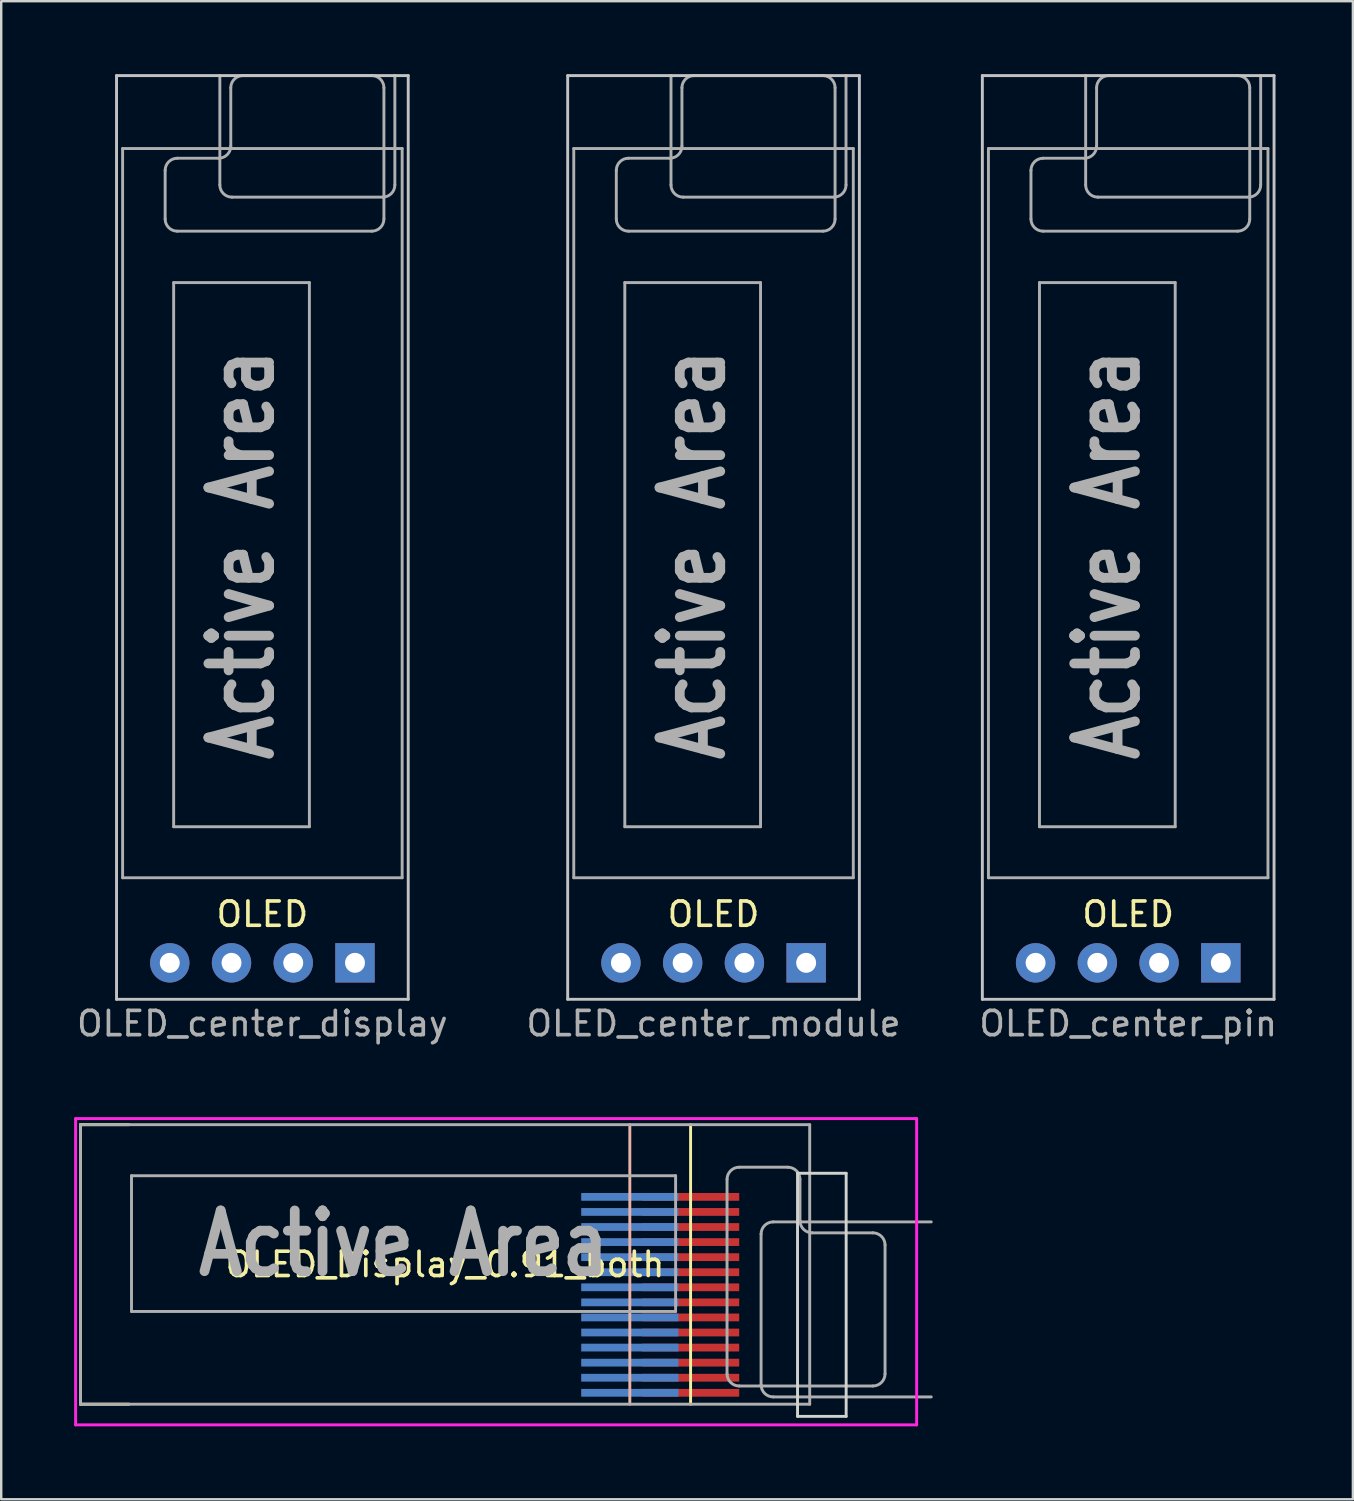
<source format=kicad_pcb>
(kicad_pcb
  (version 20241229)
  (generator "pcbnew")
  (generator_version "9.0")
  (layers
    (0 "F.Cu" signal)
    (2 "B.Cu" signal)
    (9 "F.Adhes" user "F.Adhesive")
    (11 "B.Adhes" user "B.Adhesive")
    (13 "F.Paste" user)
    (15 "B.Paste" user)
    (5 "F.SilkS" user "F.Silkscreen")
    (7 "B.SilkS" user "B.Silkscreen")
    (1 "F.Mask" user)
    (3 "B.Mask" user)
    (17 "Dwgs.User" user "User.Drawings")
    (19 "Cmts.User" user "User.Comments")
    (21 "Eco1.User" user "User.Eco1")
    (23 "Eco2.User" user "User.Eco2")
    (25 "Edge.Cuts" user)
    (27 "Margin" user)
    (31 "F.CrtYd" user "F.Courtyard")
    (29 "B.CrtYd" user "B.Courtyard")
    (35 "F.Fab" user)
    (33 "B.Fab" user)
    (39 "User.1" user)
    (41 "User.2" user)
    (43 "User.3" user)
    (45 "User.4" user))
  (footprint "OLED_center_module"
    (layer "F.Cu")
    (at 26.304 19.06)
    (property "Reference" "OLED_center_module" (at 0 20 180) (layer "F.Fab") (effects (font (size 1 1) (thickness 0.15))))
    (attr through_hole)
    (fp_line (start -6 -19) (end 6 -19) (stroke (width 0.12) (type solid)) (layer "Dwgs.User"))
    (fp_line (start -6 19) (end -6 -19) (stroke (width 0.12) (type solid)) (layer "Dwgs.User"))
    (fp_line (start -6 19) (end 6 19) (stroke (width 0.12) (type solid)) (layer "Dwgs.User"))
    (fp_line (start 6 -19) (end 6 19) (stroke (width 0.12) (type solid)) (layer "Dwgs.User"))
    (fp_line (start -5.4 -12.4) (end 4.6 -12.4) (stroke (width 0.12) (type solid)) (layer "Eco1.User"))
    (fp_line (start -5.4 13.5) (end -5.4 -12.4) (stroke (width 0.12) (type solid)) (layer "Eco1.User"))
    (fp_line (start 4.6 -12.4) (end 4.6 13.5) (stroke (width 0.12) (type solid)) (layer "Eco1.User"))
    (fp_line (start 4.6 13.5) (end -5.4 13.5) (stroke (width 0.12) (type solid)) (layer "Eco1.User"))
    (fp_line (start -5.75 -16) (end 5.75 -16) (stroke (width 0.12) (type solid)) (layer "F.Fab"))
    (fp_line (start -5.75 14) (end -5.75 -16) (stroke (width 0.12) (type solid)) (layer "F.Fab"))
    (fp_line (start -4 -13.1) (end -4 -15.1) (stroke (width 0.12) (type solid)) (layer "F.Fab"))
    (fp_line (start -3.65 -10.484) (end 1.934 -10.484) (stroke (width 0.12) (type solid)) (layer "F.Fab"))
    (fp_line (start -3.65 11.9) (end -3.65 -10.484) (stroke (width 0.12) (type solid)) (layer "F.Fab"))
    (fp_line (start -3.5 -15.6) (end -1.8 -15.6) (stroke (width 0.12) (type solid)) (layer "F.Fab"))
    (fp_line (start -1.75 -19) (end -1.75 -14.5) (stroke (width 0.12) (type solid)) (layer "F.Fab"))
    (fp_line (start -1.3 -16.1) (end -1.3 -18.5) (stroke (width 0.12) (type solid)) (layer "F.Fab"))
    (fp_line (start -1.25 -14) (end 4.95 -14) (stroke (width 0.12) (type solid)) (layer "F.Fab"))
    (fp_line (start -0.8 -19) (end 4.5 -19) (stroke (width 0.12) (type solid)) (layer "F.Fab"))
    (fp_line (start 1.934 -10.484) (end 1.934 11.9) (stroke (width 0.12) (type solid)) (layer "F.Fab"))
    (fp_line (start 1.934 11.9) (end -3.65 11.9) (stroke (width 0.12) (type solid)) (layer "F.Fab"))
    (fp_line (start 4.5 -12.6) (end -3.5 -12.6) (stroke (width 0.12) (type solid)) (layer "F.Fab"))
    (fp_line (start 5 -18.5) (end 5 -13.1) (stroke (width 0.12) (type solid)) (layer "F.Fab"))
    (fp_line (start 5.45 -14.5) (end 5.45 -19) (stroke (width 0.12) (type solid)) (layer "F.Fab"))
    (fp_line (start 5.75 -16) (end 5.75 14) (stroke (width 0.12) (type solid)) (layer "F.Fab"))
    (fp_line (start 5.75 14) (end -5.75 14) (stroke (width 0.12) (type solid)) (layer "F.Fab"))
    (fp_arc (start -4 -15.1) (mid -3.853553 -15.453553) (end -3.5 -15.6) (stroke (width 0.12) (type solid)) (layer "F.Fab"))
    (fp_arc (start -3.5 -12.6) (mid -3.853553 -12.746447) (end -4 -13.1) (stroke (width 0.12) (type solid)) (layer "F.Fab"))
    (fp_arc (start -1.3 -18.5) (mid -1.153553 -18.853553) (end -0.8 -19) (stroke (width 0.12) (type solid)) (layer "F.Fab"))
    (fp_arc (start -1.3 -16.1) (mid -1.446447 -15.746447) (end -1.8 -15.6) (stroke (width 0.12) (type solid)) (layer "F.Fab"))
    (fp_arc (start -1.25 -14) (mid -1.603553 -14.146447) (end -1.75 -14.5) (stroke (width 0.12) (type solid)) (layer "F.Fab"))
    (fp_arc (start 4.5 -19) (mid 4.853553 -18.853553) (end 5 -18.5) (stroke (width 0.12) (type solid)) (layer "F.Fab"))
    (fp_arc (start 5 -13.1) (mid 4.853553 -12.746447) (end 4.5 -12.6) (stroke (width 0.12) (type solid)) (layer "F.Fab"))
    (fp_arc (start 5.45 -14.5) (mid 5.303553 -14.146447) (end 4.95 -14) (stroke (width 0.12) (type solid)) (layer "F.Fab"))
    (fp_text user "OLED" (at 0 15.5 0) (layer "F.SilkS") (effects (font (size 1 1) (thickness 0.15))))
    (fp_text user "Active Area" (at -0.858 0.708 90) (layer "F.Fab") (effects (font (size 2.5 2) (thickness 0.4))))
    (pad "1" thru_hole circle (at -3.81 17.5) (size 1.62 1.62) (drill 0.82) (layers "*.Cu" "*.Mask"))
    (pad "2" thru_hole circle (at -1.27 17.5) (size 1.62 1.62) (drill 0.82) (layers "*.Cu" "*.Mask"))
    (pad "3" thru_hole circle (at 1.27 17.5) (size 1.62 1.62) (drill 0.82) (layers "*.Cu" "*.Mask"))
    (pad "4" thru_hole rect (at 3.81 17.5) (size 1.62 1.62) (drill 0.82) (layers "*.Cu" "*.Mask")))
  (footprint "OLED_center_display"
    (layer "F.Cu")
    (at 7.744 18.06)
    (property "Reference" "OLED_center_display" (at 0 21 180) (layer "F.Fab") (effects (font (size 1 1) (thickness 0.15))))
    (attr through_hole)
    (fp_line (start -6 -18) (end 6 -18) (stroke (width 0.12) (type solid)) (layer "Dwgs.User"))
    (fp_line (start -6 20) (end -6 -18) (stroke (width 0.12) (type solid)) (layer "Dwgs.User"))
    (fp_line (start -6 20) (end 6 20) (stroke (width 0.12) (type solid)) (layer "Dwgs.User"))
    (fp_line (start 6 -18) (end 6 20) (stroke (width 0.12) (type solid)) (layer "Dwgs.User"))
    (fp_line (start -5.4 -11.4) (end 4.6 -11.4) (stroke (width 0.12) (type solid)) (layer "Eco1.User"))
    (fp_line (start -5.4 14.5) (end -5.4 -11.4) (stroke (width 0.12) (type solid)) (layer "Eco1.User"))
    (fp_line (start 4.6 -11.4) (end 4.6 14.5) (stroke (width 0.12) (type solid)) (layer "Eco1.User"))
    (fp_line (start 4.6 14.5) (end -5.4 14.5) (stroke (width 0.12) (type solid)) (layer "Eco1.User"))
    (fp_line (start -5.75 -15) (end 5.75 -15) (stroke (width 0.12) (type solid)) (layer "F.Fab"))
    (fp_line (start -5.75 15) (end -5.75 -15) (stroke (width 0.12) (type solid)) (layer "F.Fab"))
    (fp_line (start -4 -12.1) (end -4 -14.1) (stroke (width 0.12) (type solid)) (layer "F.Fab"))
    (fp_line (start -3.65 -9.484) (end 1.934 -9.484) (stroke (width 0.12) (type solid)) (layer "F.Fab"))
    (fp_line (start -3.65 12.9) (end -3.65 -9.484) (stroke (width 0.12) (type solid)) (layer "F.Fab"))
    (fp_line (start -3.5 -14.6) (end -1.8 -14.6) (stroke (width 0.12) (type solid)) (layer "F.Fab"))
    (fp_line (start -1.75 -18) (end -1.75 -13.5) (stroke (width 0.12) (type solid)) (layer "F.Fab"))
    (fp_line (start -1.3 -15.1) (end -1.3 -17.5) (stroke (width 0.12) (type solid)) (layer "F.Fab"))
    (fp_line (start -1.25 -13) (end 4.95 -13) (stroke (width 0.12) (type solid)) (layer "F.Fab"))
    (fp_line (start -0.8 -18) (end 4.5 -18) (stroke (width 0.12) (type solid)) (layer "F.Fab"))
    (fp_line (start 1.934 -9.484) (end 1.934 12.9) (stroke (width 0.12) (type solid)) (layer "F.Fab"))
    (fp_line (start 1.934 12.9) (end -3.65 12.9) (stroke (width 0.12) (type solid)) (layer "F.Fab"))
    (fp_line (start 4.5 -11.6) (end -3.5 -11.6) (stroke (width 0.12) (type solid)) (layer "F.Fab"))
    (fp_line (start 5 -17.5) (end 5 -12.1) (stroke (width 0.12) (type solid)) (layer "F.Fab"))
    (fp_line (start 5.45 -13.5) (end 5.45 -18) (stroke (width 0.12) (type solid)) (layer "F.Fab"))
    (fp_line (start 5.75 -15) (end 5.75 15) (stroke (width 0.12) (type solid)) (layer "F.Fab"))
    (fp_line (start 5.75 15) (end -5.75 15) (stroke (width 0.12) (type solid)) (layer "F.Fab"))
    (fp_arc (start -4 -14.1) (mid -3.853553 -14.453553) (end -3.5 -14.6) (stroke (width 0.12) (type solid)) (layer "F.Fab"))
    (fp_arc (start -3.5 -11.6) (mid -3.853553 -11.746447) (end -4 -12.1) (stroke (width 0.12) (type solid)) (layer "F.Fab"))
    (fp_arc (start -1.3 -17.5) (mid -1.153553 -17.853553) (end -0.8 -18) (stroke (width 0.12) (type solid)) (layer "F.Fab"))
    (fp_arc (start -1.3 -15.1) (mid -1.446447 -14.746447) (end -1.8 -14.6) (stroke (width 0.12) (type solid)) (layer "F.Fab"))
    (fp_arc (start -1.25 -13) (mid -1.603553 -13.146447) (end -1.75 -13.5) (stroke (width 0.12) (type solid)) (layer "F.Fab"))
    (fp_arc (start 4.5 -18) (mid 4.853553 -17.853553) (end 5 -17.5) (stroke (width 0.12) (type solid)) (layer "F.Fab"))
    (fp_arc (start 5 -12.1) (mid 4.853553 -11.746447) (end 4.5 -11.6) (stroke (width 0.12) (type solid)) (layer "F.Fab"))
    (fp_arc (start 5.45 -13.5) (mid 5.303553 -13.146447) (end 4.95 -13) (stroke (width 0.12) (type solid)) (layer "F.Fab"))
    (fp_text user "OLED" (at 0 16.5 0) (layer "F.SilkS") (effects (font (size 1 1) (thickness 0.15))))
    (fp_text user "Active Area" (at -0.858 1.708 90) (layer "F.Fab") (effects (font (size 2.5 2) (thickness 0.4))))
    (pad "1" thru_hole circle (at -3.81 18.5) (size 1.62 1.62) (drill 0.82) (layers "*.Cu" "*.Mask"))
    (pad "2" thru_hole circle (at -1.27 18.5) (size 1.62 1.62) (drill 0.82) (layers "*.Cu" "*.Mask"))
    (pad "3" thru_hole circle (at 1.27 18.5) (size 1.62 1.62) (drill 0.82) (layers "*.Cu" "*.Mask"))
    (pad "4" thru_hole rect (at 3.81 18.5) (size 1.62 1.62) (drill 0.82) (layers "*.Cu" "*.Mask")))
  (footprint "OLED_Display_0.91_both"
    (layer "F.Cu")
    (at 15.26 48.968)
    (property "Reference" "OLED_Display_0.91_both" (at 0 0 0) (layer "F.SilkS") (effects (font (size 1 1) (thickness 0.15))))
    (attr smd)
    (fp_line (start -15 -5.75) (end -15 5.75) (stroke (width 0.12) (type solid)) (layer "F.SilkS"))
    (fp_line (start -15 5.75) (end -13 5.75) (stroke (width 0.12) (type solid)) (layer "F.SilkS"))
    (fp_line (start -13 -5.75) (end -15 -5.75) (stroke (width 0.12) (type solid)) (layer "F.SilkS"))
    (fp_line (start 10.1 -5.75) (end 10.1 5.75) (stroke (width 0.12) (type solid)) (layer "F.SilkS"))
    (fp_line (start 7.6 -5.75) (end 7.6 5.75) (stroke (width 0.12) (type solid)) (layer "B.SilkS"))
    (fp_line (start -14.5 -5.4) (end 11.4 -5.4) (stroke (width 0.12) (type solid)) (layer "Eco1.User"))
    (fp_line (start -14.5 4.6) (end -14.5 -5.4) (stroke (width 0.12) (type solid)) (layer "Eco1.User"))
    (fp_line (start 11.4 -5.4) (end 11.4 4.6) (stroke (width 0.12) (type solid)) (layer "Eco1.User"))
    (fp_line (start 11.4 4.6) (end -14.5 4.6) (stroke (width 0.12) (type solid)) (layer "Eco1.User"))
    (fp_line (start 14.5 -3.75) (end 16.5 -3.75) (stroke (width 0.12) (type solid)) (layer "Edge.Cuts"))
    (fp_line (start 14.5 6.25) (end 14.5 -3.75) (stroke (width 0.12) (type solid)) (layer "Edge.Cuts"))
    (fp_line (start 16.5 -3.75) (end 16.5 6.25) (stroke (width 0.12) (type solid)) (layer "Edge.Cuts"))
    (fp_line (start 16.5 6.25) (end 14.5 6.25) (stroke (width 0.12) (type solid)) (layer "Edge.Cuts"))
    (fp_line (start -15.2 -6) (end 19.4 -6) (stroke (width 0.12) (type solid)) (layer "F.CrtYd"))
    (fp_line (start -15.2 6.6) (end -15.2 -6) (stroke (width 0.12) (type solid)) (layer "F.CrtYd"))
    (fp_line (start 19.4 -6) (end 19.4 6.6) (stroke (width 0.12) (type solid)) (layer "F.CrtYd"))
    (fp_line (start 19.4 6.6) (end -15.2 6.6) (stroke (width 0.12) (type solid)) (layer "F.CrtYd"))
    (fp_line (start -15 -5.75) (end 15 -5.75) (stroke (width 0.12) (type solid)) (layer "F.Fab"))
    (fp_line (start -15 5.75) (end -15 -5.75) (stroke (width 0.12) (type solid)) (layer "F.Fab"))
    (fp_line (start -12.9 -3.65) (end 9.484 -3.65) (stroke (width 0.12) (type solid)) (layer "F.Fab"))
    (fp_line (start -12.9 1.934) (end -12.9 -3.65) (stroke (width 0.12) (type solid)) (layer "F.Fab"))
    (fp_line (start 9.484 -3.65) (end 9.484 1.934) (stroke (width 0.12) (type solid)) (layer "F.Fab"))
    (fp_line (start 9.484 1.934) (end -12.9 1.934) (stroke (width 0.12) (type solid)) (layer "F.Fab"))
    (fp_line (start 11.6 4.5) (end 11.6 -3.5) (stroke (width 0.12) (type solid)) (layer "F.Fab"))
    (fp_line (start 12.1 -4) (end 14.1 -4) (stroke (width 0.12) (type solid)) (layer "F.Fab"))
    (fp_line (start 13 -1.25) (end 13 4.95) (stroke (width 0.12) (type solid)) (layer "F.Fab"))
    (fp_line (start 13.5 5.45) (end 20 5.45) (stroke (width 0.12) (type solid)) (layer "F.Fab"))
    (fp_line (start 14.6 -3.5) (end 14.6 -1.8) (stroke (width 0.12) (type solid)) (layer "F.Fab"))
    (fp_line (start 15 -5.75) (end 15 5.75) (stroke (width 0.12) (type solid)) (layer "F.Fab"))
    (fp_line (start 15 5.75) (end -15 5.75) (stroke (width 0.12) (type solid)) (layer "F.Fab"))
    (fp_line (start 15.1 -1.3) (end 17.6 -1.3) (stroke (width 0.12) (type solid)) (layer "F.Fab"))
    (fp_line (start 17.6 5) (end 12.1 5) (stroke (width 0.12) (type solid)) (layer "F.Fab"))
    (fp_line (start 18.1 -0.8) (end 18.1 4.5) (stroke (width 0.12) (type solid)) (layer "F.Fab"))
    (fp_line (start 20 -1.75) (end 13.5 -1.75) (stroke (width 0.12) (type solid)) (layer "F.Fab"))
    (fp_arc (start 11.6 -3.5) (mid 11.746447 -3.853553) (end 12.1 -4) (stroke (width 0.12) (type solid)) (layer "F.Fab"))
    (fp_arc (start 12.1 5) (mid 11.746447 4.853553) (end 11.6 4.5) (stroke (width 0.12) (type solid)) (layer "F.Fab"))
    (fp_arc (start 13 -1.25) (mid 13.146447 -1.603553) (end 13.5 -1.75) (stroke (width 0.12) (type solid)) (layer "F.Fab"))
    (fp_arc (start 13.5 5.45) (mid 13.146447 5.303553) (end 13 4.95) (stroke (width 0.12) (type solid)) (layer "F.Fab"))
    (fp_arc (start 14.1 -4) (mid 14.453553 -3.853553) (end 14.6 -3.5) (stroke (width 0.12) (type solid)) (layer "F.Fab"))
    (fp_arc (start 15.1 -1.3) (mid 14.746447 -1.446447) (end 14.6 -1.8) (stroke (width 0.12) (type solid)) (layer "F.Fab"))
    (fp_arc (start 17.6 -1.3) (mid 17.953553 -1.153553) (end 18.1 -0.8) (stroke (width 0.12) (type solid)) (layer "F.Fab"))
    (fp_arc (start 18.1 4.5) (mid 17.953553 4.853553) (end 17.6 5) (stroke (width 0.12) (type solid)) (layer "F.Fab"))
    (fp_text user "Active Area" (at -1.708 -0.858 0) (layer "F.Fab") (effects (font (size 2.5 2) (thickness 0.4))))
    (pad "1" smd rect (at 7.6 5.28) (size 4 0.32) (layers "B.Cu" "B.Mask" "B.Paste"))
    (pad "1" smd rect (at 10.1 5.28) (size 4 0.32) (layers "F.Cu" "F.Mask" "F.Paste"))
    (pad "2" smd rect (at 7.6 4.66) (size 4 0.32) (layers "B.Cu" "B.Mask" "B.Paste"))
    (pad "2" smd rect (at 10.1 4.66) (size 4 0.32) (layers "F.Cu" "F.Mask" "F.Paste"))
    (pad "3" smd rect (at 7.6 4.04) (size 4 0.32) (layers "B.Cu" "B.Mask" "B.Paste"))
    (pad "3" smd rect (at 10.1 4.04) (size 4 0.32) (layers "F.Cu" "F.Mask" "F.Paste"))
    (pad "4" smd rect (at 7.6 3.42) (size 4 0.32) (layers "B.Cu" "B.Mask" "B.Paste"))
    (pad "4" smd rect (at 10.1 3.42) (size 4 0.32) (layers "F.Cu" "F.Mask" "F.Paste"))
    (pad "5" smd rect (at 7.6 2.8) (size 4 0.32) (layers "B.Cu" "B.Mask" "B.Paste"))
    (pad "5" smd rect (at 10.1 2.8) (size 4 0.32) (layers "F.Cu" "F.Mask" "F.Paste"))
    (pad "6" smd rect (at 7.6 2.18) (size 4 0.32) (layers "B.Cu" "B.Mask" "B.Paste"))
    (pad "6" smd rect (at 10.1 2.18) (size 4 0.32) (layers "F.Cu" "F.Mask" "F.Paste"))
    (pad "7" smd rect (at 7.6 1.56) (size 4 0.32) (layers "B.Cu" "B.Mask" "B.Paste"))
    (pad "7" smd rect (at 10.1 1.56) (size 4 0.32) (layers "F.Cu" "F.Mask" "F.Paste"))
    (pad "8" smd rect (at 7.6 0.94) (size 4 0.32) (layers "B.Cu" "B.Mask" "B.Paste"))
    (pad "8" smd rect (at 10.1 0.94) (size 4 0.32) (layers "F.Cu" "F.Mask" "F.Paste"))
    (pad "9" smd rect (at 7.6 0.32) (size 4 0.32) (layers "B.Cu" "B.Mask" "B.Paste"))
    (pad "9" smd rect (at 10.1 0.32) (size 4 0.32) (layers "F.Cu" "F.Mask" "F.Paste"))
    (pad "10" smd rect (at 7.6 -0.3) (size 4 0.32) (layers "B.Cu" "B.Mask" "B.Paste"))
    (pad "10" smd rect (at 10.1 -0.3) (size 4 0.32) (layers "F.Cu" "F.Mask" "F.Paste"))
    (pad "11" smd rect (at 7.6 -0.92) (size 4 0.32) (layers "B.Cu" "B.Mask" "B.Paste"))
    (pad "11" smd rect (at 10.1 -0.92) (size 4 0.32) (layers "F.Cu" "F.Mask" "F.Paste"))
    (pad "12" smd rect (at 7.6 -1.54) (size 4 0.32) (layers "B.Cu" "B.Mask" "B.Paste"))
    (pad "12" smd rect (at 10.1 -1.54) (size 4 0.32) (layers "F.Cu" "F.Mask" "F.Paste"))
    (pad "13" smd rect (at 7.6 -2.16) (size 4 0.32) (layers "B.Cu" "B.Mask" "B.Paste"))
    (pad "13" smd rect (at 10.1 -2.16) (size 4 0.32) (layers "F.Cu" "F.Mask" "F.Paste"))
    (pad "14" smd rect (at 7.6 -2.78) (size 4 0.32) (layers "B.Cu" "B.Mask" "B.Paste"))
    (pad "14" smd rect (at 10.1 -2.78) (size 4 0.32) (layers "F.Cu" "F.Mask" "F.Paste")))
  (footprint "OLED_center_pin"
    (layer "F.Cu")
    (at 43.363 36.56)
    (property "Reference" "OLED_center_pin" (at 0 2.5 180) (layer "F.Fab") (effects (font (size 1 1) (thickness 0.15))))
    (attr through_hole)
    (fp_line (start -6 -36.5) (end 6 -36.5) (stroke (width 0.12) (type solid)) (layer "Dwgs.User"))
    (fp_line (start -6 1.5) (end -6 -36.5) (stroke (width 0.12) (type solid)) (layer "Dwgs.User"))
    (fp_line (start -6 1.5) (end 6 1.5) (stroke (width 0.12) (type solid)) (layer "Dwgs.User"))
    (fp_line (start 6 -36.5) (end 6 1.5) (stroke (width 0.12) (type solid)) (layer "Dwgs.User"))
    (fp_line (start -5.4 -29.9) (end 4.6 -29.9) (stroke (width 0.12) (type solid)) (layer "Eco1.User"))
    (fp_line (start -5.4 -4) (end -5.4 -29.9) (stroke (width 0.12) (type solid)) (layer "Eco1.User"))
    (fp_line (start 4.6 -29.9) (end 4.6 -4) (stroke (width 0.12) (type solid)) (layer "Eco1.User"))
    (fp_line (start 4.6 -4) (end -5.4 -4) (stroke (width 0.12) (type solid)) (layer "Eco1.User"))
    (fp_line (start -5.75 -33.5) (end 5.75 -33.5) (stroke (width 0.12) (type solid)) (layer "F.Fab"))
    (fp_line (start -5.75 -3.5) (end -5.75 -33.5) (stroke (width 0.12) (type solid)) (layer "F.Fab"))
    (fp_line (start -4 -30.6) (end -4 -32.6) (stroke (width 0.12) (type solid)) (layer "F.Fab"))
    (fp_line (start -3.65 -27.984) (end 1.934 -27.984) (stroke (width 0.12) (type solid)) (layer "F.Fab"))
    (fp_line (start -3.65 -5.6) (end -3.65 -27.984) (stroke (width 0.12) (type solid)) (layer "F.Fab"))
    (fp_line (start -3.5 -33.1) (end -1.8 -33.1) (stroke (width 0.12) (type solid)) (layer "F.Fab"))
    (fp_line (start -1.75 -36.5) (end -1.75 -32) (stroke (width 0.12) (type solid)) (layer "F.Fab"))
    (fp_line (start -1.3 -33.6) (end -1.3 -36) (stroke (width 0.12) (type solid)) (layer "F.Fab"))
    (fp_line (start -1.25 -31.5) (end 4.95 -31.5) (stroke (width 0.12) (type solid)) (layer "F.Fab"))
    (fp_line (start -0.8 -36.5) (end 4.5 -36.5) (stroke (width 0.12) (type solid)) (layer "F.Fab"))
    (fp_line (start 1.934 -27.984) (end 1.934 -5.6) (stroke (width 0.12) (type solid)) (layer "F.Fab"))
    (fp_line (start 1.934 -5.6) (end -3.65 -5.6) (stroke (width 0.12) (type solid)) (layer "F.Fab"))
    (fp_line (start 4.5 -30.1) (end -3.5 -30.1) (stroke (width 0.12) (type solid)) (layer "F.Fab"))
    (fp_line (start 5 -36) (end 5 -30.6) (stroke (width 0.12) (type solid)) (layer "F.Fab"))
    (fp_line (start 5.45 -32) (end 5.45 -36.5) (stroke (width 0.12) (type solid)) (layer "F.Fab"))
    (fp_line (start 5.75 -33.5) (end 5.75 -3.5) (stroke (width 0.12) (type solid)) (layer "F.Fab"))
    (fp_line (start 5.75 -3.5) (end -5.75 -3.5) (stroke (width 0.12) (type solid)) (layer "F.Fab"))
    (fp_arc (start -4 -32.6) (mid -3.853553 -32.953553) (end -3.5 -33.1) (stroke (width 0.12) (type solid)) (layer "F.Fab"))
    (fp_arc (start -3.5 -30.1) (mid -3.853553 -30.246447) (end -4 -30.6) (stroke (width 0.12) (type solid)) (layer "F.Fab"))
    (fp_arc (start -1.3 -36) (mid -1.153553 -36.353553) (end -0.8 -36.5) (stroke (width 0.12) (type solid)) (layer "F.Fab"))
    (fp_arc (start -1.3 -33.6) (mid -1.446447 -33.246447) (end -1.8 -33.1) (stroke (width 0.12) (type solid)) (layer "F.Fab"))
    (fp_arc (start -1.25 -31.5) (mid -1.603553 -31.646447) (end -1.75 -32) (stroke (width 0.12) (type solid)) (layer "F.Fab"))
    (fp_arc (start 4.5 -36.5) (mid 4.853553 -36.353553) (end 5 -36) (stroke (width 0.12) (type solid)) (layer "F.Fab"))
    (fp_arc (start 5 -30.6) (mid 4.853553 -30.246447) (end 4.5 -30.1) (stroke (width 0.12) (type solid)) (layer "F.Fab"))
    (fp_arc (start 5.45 -32) (mid 5.303553 -31.646447) (end 4.95 -31.5) (stroke (width 0.12) (type solid)) (layer "F.Fab"))
    (fp_text user "OLED" (at 0 -2 0) (layer "F.SilkS") (effects (font (size 1 1) (thickness 0.15))))
    (fp_text user "Active Area" (at -0.858 -16.792 90) (layer "F.Fab") (effects (font (size 2.5 2) (thickness 0.4))))
    (pad "1" thru_hole circle (at -3.81 0) (size 1.62 1.62) (drill 0.82) (layers "*.Cu" "*.Mask"))
    (pad "2" thru_hole circle (at -1.27 0) (size 1.62 1.62) (drill 0.82) (layers "*.Cu" "*.Mask"))
    (pad "3" thru_hole circle (at 1.27 0) (size 1.62 1.62) (drill 0.82) (layers "*.Cu" "*.Mask"))
    (pad "4" thru_hole rect (at 3.81 0) (size 1.62 1.62) (drill 0.82) (layers "*.Cu" "*.Mask")))
  (gr_rect
    (start -3 -3)
    (end 52.607 58.628)
    (stroke (width 0.1) (type default))
    (fill no)
    (layer "Edge.Cuts")))
</source>
